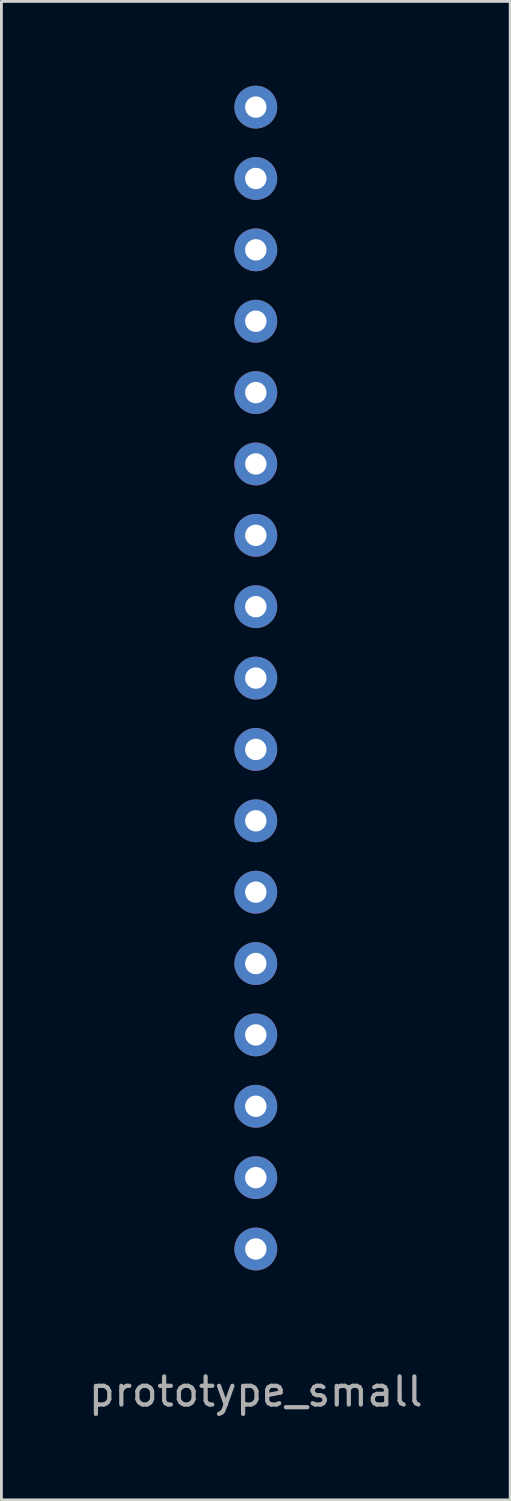
<source format=kicad_pcb>
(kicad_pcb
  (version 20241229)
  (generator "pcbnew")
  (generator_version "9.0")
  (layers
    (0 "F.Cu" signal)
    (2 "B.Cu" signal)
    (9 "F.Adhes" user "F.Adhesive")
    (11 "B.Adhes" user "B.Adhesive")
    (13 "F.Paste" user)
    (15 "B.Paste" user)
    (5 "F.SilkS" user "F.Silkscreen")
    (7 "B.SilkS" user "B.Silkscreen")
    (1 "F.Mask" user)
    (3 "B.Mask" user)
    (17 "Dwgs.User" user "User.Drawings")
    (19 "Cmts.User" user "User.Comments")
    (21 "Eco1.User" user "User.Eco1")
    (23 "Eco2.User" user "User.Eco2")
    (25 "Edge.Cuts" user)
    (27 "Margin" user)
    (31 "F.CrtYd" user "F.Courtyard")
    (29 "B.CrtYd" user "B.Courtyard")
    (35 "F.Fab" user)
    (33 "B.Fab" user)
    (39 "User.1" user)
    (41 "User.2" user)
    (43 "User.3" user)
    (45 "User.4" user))
  (footprint "prototype_small"
    (layer "F.Cu")
    (at 6.054 41.402)
    (property "Reference" "prototype_small" (at 0 5.08 0) (layer "F.Fab") (effects (font (size 1 1) (thickness 0.15))))
    (attr through_hole)
    (pad "1" thru_hole circle (at 0 0) (size 1.524 1.524) (drill 0.762) (layers "*.Cu" "*.Mask"))
    (pad "2" thru_hole circle (at 0 -2.54) (size 1.524 1.524) (drill 0.762) (layers "*.Cu" "*.Mask"))
    (pad "3" thru_hole circle (at 0 -5.08) (size 1.524 1.524) (drill 0.762) (layers "*.Cu" "*.Mask"))
    (pad "4" thru_hole circle (at 0 -7.62) (size 1.524 1.524) (drill 0.762) (layers "*.Cu" "*.Mask"))
    (pad "5" thru_hole circle (at 0 -10.16) (size 1.524 1.524) (drill 0.762) (layers "*.Cu" "*.Mask"))
    (pad "6" thru_hole circle (at 0 -12.7) (size 1.524 1.524) (drill 0.762) (layers "*.Cu" "*.Mask"))
    (pad "7" thru_hole circle (at 0 -15.24) (size 1.524 1.524) (drill 0.762) (layers "*.Cu" "*.Mask"))
    (pad "8" thru_hole circle (at 0 -17.78) (size 1.524 1.524) (drill 0.762) (layers "*.Cu" "*.Mask"))
    (pad "9" thru_hole circle (at 0 -20.32) (size 1.524 1.524) (drill 0.762) (layers "*.Cu" "*.Mask"))
    (pad "10" thru_hole circle (at 0 -22.86) (size 1.524 1.524) (drill 0.762) (layers "*.Cu" "*.Mask"))
    (pad "11" thru_hole circle (at 0 -25.4) (size 1.524 1.524) (drill 0.762) (layers "*.Cu" "*.Mask"))
    (pad "12" thru_hole circle (at 0 -27.94) (size 1.524 1.524) (drill 0.762) (layers "*.Cu" "*.Mask"))
    (pad "13" thru_hole circle (at 0 -30.48) (size 1.524 1.524) (drill 0.762) (layers "*.Cu" "*.Mask"))
    (pad "14" thru_hole circle (at 0 -33.02) (size 1.524 1.524) (drill 0.762) (layers "*.Cu" "*.Mask"))
    (pad "15" thru_hole circle (at 0 -35.56) (size 1.524 1.524) (drill 0.762) (layers "*.Cu" "*.Mask"))
    (pad "16" thru_hole circle (at 0 -38.1) (size 1.524 1.524) (drill 0.762) (layers "*.Cu" "*.Mask"))
    (pad "17" thru_hole circle (at 0 -40.64) (size 1.524 1.524) (drill 0.762) (layers "*.Cu" "*.Mask")))
  (gr_rect
    (start -3 -3)
    (end 15.107 50.33)
    (stroke (width 0.1) (type default))
    (fill no)
    (layer "Edge.Cuts")))
</source>
